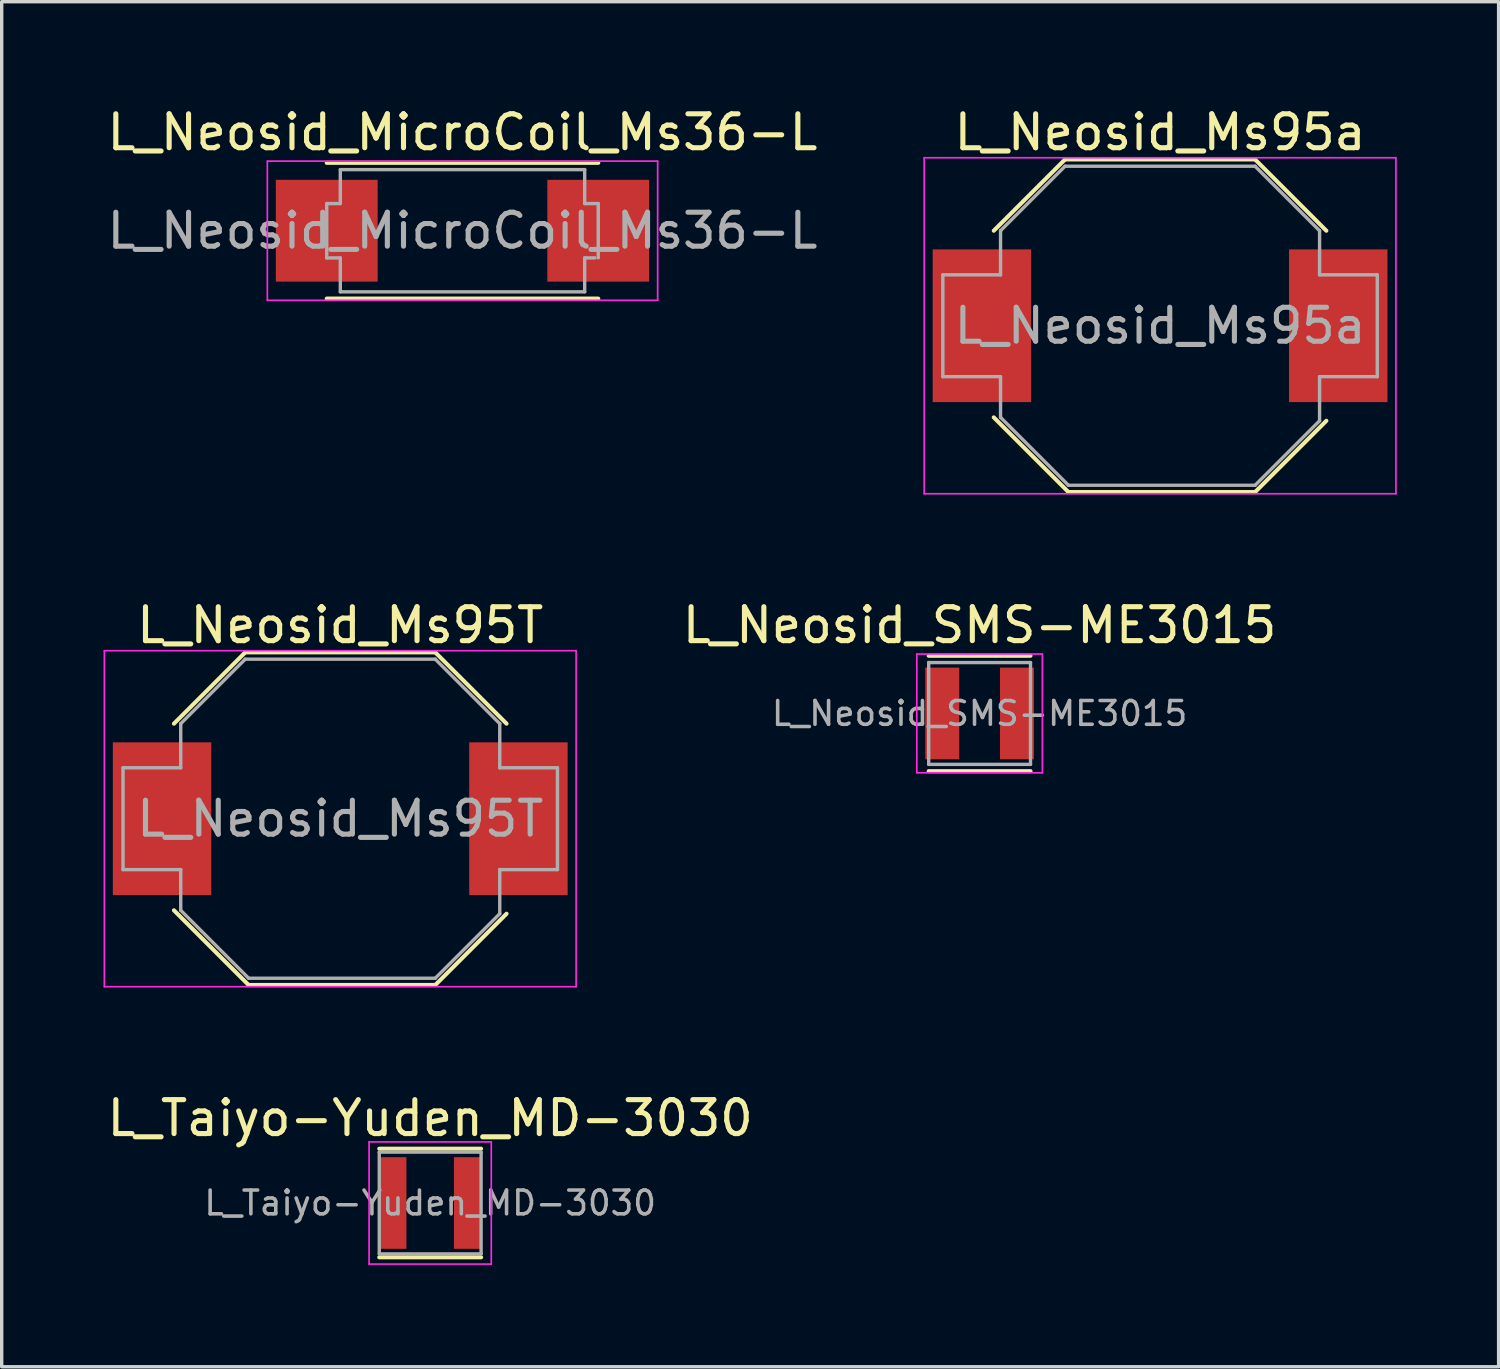
<source format=kicad_pcb>
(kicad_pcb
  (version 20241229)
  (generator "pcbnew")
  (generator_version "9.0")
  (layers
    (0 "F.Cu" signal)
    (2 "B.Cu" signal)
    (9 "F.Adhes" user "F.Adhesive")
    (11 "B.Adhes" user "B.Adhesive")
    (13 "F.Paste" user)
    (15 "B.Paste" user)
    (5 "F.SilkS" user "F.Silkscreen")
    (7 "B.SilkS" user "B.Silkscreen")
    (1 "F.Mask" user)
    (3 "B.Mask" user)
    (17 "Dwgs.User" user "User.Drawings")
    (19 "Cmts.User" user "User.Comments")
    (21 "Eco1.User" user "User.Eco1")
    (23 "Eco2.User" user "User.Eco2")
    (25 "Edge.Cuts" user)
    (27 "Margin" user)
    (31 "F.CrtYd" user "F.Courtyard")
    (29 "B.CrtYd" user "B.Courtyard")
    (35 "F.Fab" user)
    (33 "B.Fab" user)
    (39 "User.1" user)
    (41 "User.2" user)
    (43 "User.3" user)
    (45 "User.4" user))
  (footprint "L_Neosid_Ms95a"
    (layer "F.Cu")
    (at 31.13 6.548)
    (property "Reference" "L_Neosid_Ms95a" (at 0 -5.7 0) (layer "F.SilkS") (effects (font (size 1 1) (thickness 0.15))))
    (attr smd)
    (fp_line (start -4.9 -2.8) (end -2.8 -4.9) (stroke (width 0.12) (type solid)) (layer "F.SilkS"))
    (fp_line (start -2.8 -4.9) (end 2.8 -4.9) (stroke (width 0.12) (type solid)) (layer "F.SilkS"))
    (fp_line (start -2.7 4.9) (end -4.9 2.7) (stroke (width 0.12) (type solid)) (layer "F.SilkS"))
    (fp_line (start -2.7 4.9) (end 2.8 4.9) (stroke (width 0.12) (type solid)) (layer "F.SilkS"))
    (fp_line (start 2.8 -4.9) (end 4.9 -2.8) (stroke (width 0.12) (type solid)) (layer "F.SilkS"))
    (fp_line (start 2.8 4.9) (end 4.9 2.8) (stroke (width 0.12) (type solid)) (layer "F.SilkS"))
    (fp_line (start -6.95 -4.95) (end -6.95 4.95) (stroke (width 0.05) (type solid)) (layer "F.CrtYd"))
    (fp_line (start -6.95 -4.95) (end 6.95 -4.95) (stroke (width 0.05) (type solid)) (layer "F.CrtYd"))
    (fp_line (start 6.95 4.95) (end -6.95 4.95) (stroke (width 0.05) (type solid)) (layer "F.CrtYd"))
    (fp_line (start 6.95 4.95) (end 6.95 -4.95) (stroke (width 0.05) (type solid)) (layer "F.CrtYd"))
    (fp_line (start -6.4 -1.5) (end -6.4 1.5) (stroke (width 0.1) (type solid)) (layer "F.Fab"))
    (fp_line (start -6.4 -1.5) (end -4.7 -1.5) (stroke (width 0.1) (type solid)) (layer "F.Fab"))
    (fp_line (start -6.4 1.5) (end -4.7 1.5) (stroke (width 0.1) (type solid)) (layer "F.Fab"))
    (fp_line (start -4.7 -1.5) (end -4.7 -2.8) (stroke (width 0.1) (type solid)) (layer "F.Fab"))
    (fp_line (start -4.7 1.5) (end -4.7 2.7) (stroke (width 0.1) (type solid)) (layer "F.Fab"))
    (fp_line (start -4.7 2.7) (end -2.7 4.7) (stroke (width 0.1) (type solid)) (layer "F.Fab"))
    (fp_line (start -2.8 -4.7) (end -4.7 -2.8) (stroke (width 0.1) (type solid)) (layer "F.Fab"))
    (fp_line (start 2.8 -4.7) (end -2.8 -4.7) (stroke (width 0.1) (type solid)) (layer "F.Fab"))
    (fp_line (start 2.8 4.7) (end -2.7 4.7) (stroke (width 0.1) (type solid)) (layer "F.Fab"))
    (fp_line (start 4.7 -2.8) (end 2.8 -4.7) (stroke (width 0.1) (type solid)) (layer "F.Fab"))
    (fp_line (start 4.7 -1.5) (end 4.7 -2.8) (stroke (width 0.1) (type solid)) (layer "F.Fab"))
    (fp_line (start 4.7 1.5) (end 6.4 1.5) (stroke (width 0.1) (type solid)) (layer "F.Fab"))
    (fp_line (start 4.7 2.8) (end 2.8 4.7) (stroke (width 0.1) (type solid)) (layer "F.Fab"))
    (fp_line (start 4.7 2.8) (end 4.7 1.5) (stroke (width 0.1) (type solid)) (layer "F.Fab"))
    (fp_line (start 6.4 -1.5) (end 4.7 -1.5) (stroke (width 0.1) (type solid)) (layer "F.Fab"))
    (fp_line (start 6.4 1.5) (end 6.4 -1.5) (stroke (width 0.1) (type solid)) (layer "F.Fab"))
    (fp_text user "${REFERENCE}" (at 0 0 0) (layer "F.Fab") (effects (font (size 1 1) (thickness 0.15))))
    (pad "1" smd rect (at -5.25 0) (size 2.9 4.5) (layers "F.Cu" "F.Mask" "F.Paste"))
    (pad "2" smd rect (at 5.25 0) (size 2.9 4.5) (layers "F.Cu" "F.Mask" "F.Paste")))
  (footprint "L_Neosid_Ms95T"
    (layer "F.Cu")
    (at 6.975 21.072)
    (property "Reference" "L_Neosid_Ms95T" (at 0 -5.7 0) (layer "F.SilkS") (effects (font (size 1 1) (thickness 0.15))))
    (attr smd)
    (fp_line (start -4.9 -2.8) (end -2.8 -4.9) (stroke (width 0.12) (type solid)) (layer "F.SilkS"))
    (fp_line (start -2.8 -4.9) (end 2.8 -4.9) (stroke (width 0.12) (type solid)) (layer "F.SilkS"))
    (fp_line (start -2.7 4.9) (end -4.9 2.7) (stroke (width 0.12) (type solid)) (layer "F.SilkS"))
    (fp_line (start -2.7 4.9) (end 2.8 4.9) (stroke (width 0.12) (type solid)) (layer "F.SilkS"))
    (fp_line (start 2.8 -4.9) (end 4.9 -2.8) (stroke (width 0.12) (type solid)) (layer "F.SilkS"))
    (fp_line (start 2.8 4.9) (end 4.9 2.8) (stroke (width 0.12) (type solid)) (layer "F.SilkS"))
    (fp_line (start -6.95 -4.95) (end -6.95 4.95) (stroke (width 0.05) (type solid)) (layer "F.CrtYd"))
    (fp_line (start -6.95 -4.95) (end 6.95 -4.95) (stroke (width 0.05) (type solid)) (layer "F.CrtYd"))
    (fp_line (start 6.95 4.95) (end -6.95 4.95) (stroke (width 0.05) (type solid)) (layer "F.CrtYd"))
    (fp_line (start 6.95 4.95) (end 6.95 -4.95) (stroke (width 0.05) (type solid)) (layer "F.CrtYd"))
    (fp_line (start -6.4 -1.5) (end -6.4 1.5) (stroke (width 0.1) (type solid)) (layer "F.Fab"))
    (fp_line (start -6.4 -1.5) (end -4.7 -1.5) (stroke (width 0.1) (type solid)) (layer "F.Fab"))
    (fp_line (start -6.4 1.5) (end -4.7 1.5) (stroke (width 0.1) (type solid)) (layer "F.Fab"))
    (fp_line (start -4.7 -1.5) (end -4.7 -2.8) (stroke (width 0.1) (type solid)) (layer "F.Fab"))
    (fp_line (start -4.7 1.5) (end -4.7 2.7) (stroke (width 0.1) (type solid)) (layer "F.Fab"))
    (fp_line (start -4.7 2.7) (end -2.7 4.7) (stroke (width 0.1) (type solid)) (layer "F.Fab"))
    (fp_line (start -2.8 -4.7) (end -4.7 -2.8) (stroke (width 0.1) (type solid)) (layer "F.Fab"))
    (fp_line (start 2.8 -4.7) (end -2.8 -4.7) (stroke (width 0.1) (type solid)) (layer "F.Fab"))
    (fp_line (start 2.8 4.7) (end -2.7 4.7) (stroke (width 0.1) (type solid)) (layer "F.Fab"))
    (fp_line (start 4.7 -2.8) (end 2.8 -4.7) (stroke (width 0.1) (type solid)) (layer "F.Fab"))
    (fp_line (start 4.7 -1.5) (end 4.7 -2.8) (stroke (width 0.1) (type solid)) (layer "F.Fab"))
    (fp_line (start 4.7 1.5) (end 6.4 1.5) (stroke (width 0.1) (type solid)) (layer "F.Fab"))
    (fp_line (start 4.7 2.8) (end 2.8 4.7) (stroke (width 0.1) (type solid)) (layer "F.Fab"))
    (fp_line (start 4.7 2.8) (end 4.7 1.5) (stroke (width 0.1) (type solid)) (layer "F.Fab"))
    (fp_line (start 6.4 -1.5) (end 4.7 -1.5) (stroke (width 0.1) (type solid)) (layer "F.Fab"))
    (fp_line (start 6.4 1.5) (end 6.4 -1.5) (stroke (width 0.1) (type solid)) (layer "F.Fab"))
    (fp_text user "${REFERENCE}" (at 0 0 0) (layer "F.Fab") (effects (font (size 1 1) (thickness 0.15))))
    (pad "1" smd rect (at -5.25 0) (size 2.9 4.5) (layers "F.Cu" "F.Mask" "F.Paste"))
    (pad "2" smd rect (at 5.25 0) (size 2.9 4.5) (layers "F.Cu" "F.Mask" "F.Paste")))
  (footprint "L_Taiyo-Yuden_MD-3030"
    (layer "F.Cu")
    (at 9.625 32.395)
    (property "Reference" "L_Taiyo-Yuden_MD-3030" (at 0 -2.5 0) (layer "F.SilkS") (effects (font (size 1 1) (thickness 0.15))))
    (attr smd)
    (fp_line (start -1.5 -1.6) (end 1.5 -1.6) (stroke (width 0.12) (type solid)) (layer "F.SilkS"))
    (fp_line (start -1.5 1.6) (end 1.5 1.6) (stroke (width 0.12) (type solid)) (layer "F.SilkS"))
    (fp_line (start -1.8 -1.8) (end -1.8 1.8) (stroke (width 0.05) (type solid)) (layer "F.CrtYd"))
    (fp_line (start -1.8 1.8) (end 1.8 1.8) (stroke (width 0.05) (type solid)) (layer "F.CrtYd"))
    (fp_line (start 1.8 -1.8) (end -1.8 -1.8) (stroke (width 0.05) (type solid)) (layer "F.CrtYd"))
    (fp_line (start 1.8 1.8) (end 1.8 -1.8) (stroke (width 0.05) (type solid)) (layer "F.CrtYd"))
    (fp_line (start -1.5 -1.5) (end -1.5 1.5) (stroke (width 0.1) (type solid)) (layer "F.Fab"))
    (fp_line (start -1.5 1.5) (end 1.5 1.5) (stroke (width 0.1) (type solid)) (layer "F.Fab"))
    (fp_line (start 1.5 -1.5) (end -1.5 -1.5) (stroke (width 0.1) (type solid)) (layer "F.Fab"))
    (fp_line (start 1.5 1.5) (end 1.5 -1.5) (stroke (width 0.1) (type solid)) (layer "F.Fab"))
    (fp_text user "${REFERENCE}" (at 0 0 0) (layer "F.Fab") (effects (font (size 0.7 0.7) (thickness 0.105))))
    (pad "1" smd rect (at -1.1 0) (size 0.8 2.7) (layers "F.Cu" "F.Mask" "F.Paste"))
    (pad "2" smd rect (at 1.1 0) (size 0.8 2.7) (layers "F.Cu" "F.Mask" "F.Paste")))
  (footprint "L_Neosid_SMS-ME3015"
    (layer "F.Cu")
    (at 25.813 17.971)
    (property "Reference" "L_Neosid_SMS-ME3015" (at 0 -2.6 0) (layer "F.SilkS") (effects (font (size 1 1) (thickness 0.15))))
    (attr smd)
    (fp_line (start 1.5 -1.7) (end -1.5 -1.7) (stroke (width 0.12) (type solid)) (layer "F.SilkS"))
    (fp_line (start 1.5 1.7) (end -1.5 1.7) (stroke (width 0.12) (type solid)) (layer "F.SilkS"))
    (fp_line (start -1.85 -1.75) (end -1.85 1.75) (stroke (width 0.05) (type solid)) (layer "F.CrtYd"))
    (fp_line (start -1.85 -1.75) (end 1.85 -1.75) (stroke (width 0.05) (type solid)) (layer "F.CrtYd"))
    (fp_line (start 1.85 1.75) (end -1.85 1.75) (stroke (width 0.05) (type solid)) (layer "F.CrtYd"))
    (fp_line (start 1.85 1.75) (end 1.85 -1.75) (stroke (width 0.05) (type solid)) (layer "F.CrtYd"))
    (fp_line (start -1.5 -1.5) (end -1.5 1.5) (stroke (width 0.1) (type solid)) (layer "F.Fab"))
    (fp_line (start -1.5 1.5) (end 1.5 1.5) (stroke (width 0.1) (type solid)) (layer "F.Fab"))
    (fp_line (start 1.5 -1.5) (end -1.5 -1.5) (stroke (width 0.1) (type solid)) (layer "F.Fab"))
    (fp_line (start 1.5 1.5) (end 1.5 -1.5) (stroke (width 0.1) (type solid)) (layer "F.Fab"))
    (fp_text user "${REFERENCE}" (at 0 0 0) (layer "F.Fab") (effects (font (size 0.7 0.7) (thickness 0.105))))
    (pad "1" smd rect (at -1.1 0) (size 1 2.7) (layers "F.Cu" "F.Mask" "F.Paste"))
    (pad "2" smd rect (at 1.1 0) (size 1 2.7) (layers "F.Cu" "F.Mask" "F.Paste")))
  (footprint "L_Neosid_MicroCoil_Ms36-L"
    (layer "F.Cu")
    (at 10.577 3.748)
    (property "Reference" "L_Neosid_MicroCoil_Ms36-L" (at 0 -2.9 0) (layer "F.SilkS") (effects (font (size 1 1) (thickness 0.15))))
    (attr smd)
    (fp_line (start 4 -2) (end -4 -2) (stroke (width 0.12) (type solid)) (layer "F.SilkS"))
    (fp_line (start 4 2) (end -4 2) (stroke (width 0.12) (type solid)) (layer "F.SilkS"))
    (fp_line (start -5.75 -2.05) (end -5.75 2.05) (stroke (width 0.05) (type solid)) (layer "F.CrtYd"))
    (fp_line (start -5.75 -2.05) (end 5.75 -2.05) (stroke (width 0.05) (type solid)) (layer "F.CrtYd"))
    (fp_line (start 5.75 2.05) (end -5.75 2.05) (stroke (width 0.05) (type solid)) (layer "F.CrtYd"))
    (fp_line (start 5.75 2.05) (end 5.75 -2.05) (stroke (width 0.05) (type solid)) (layer "F.CrtYd"))
    (fp_line (start -4 -0.8) (end -3.6 -0.8) (stroke (width 0.1) (type solid)) (layer "F.Fab"))
    (fp_line (start -4 0.8) (end -4 -0.8) (stroke (width 0.1) (type solid)) (layer "F.Fab"))
    (fp_line (start -4 0.8) (end -3.6 0.8) (stroke (width 0.1) (type solid)) (layer "F.Fab"))
    (fp_line (start -3.6 -1.8) (end 3.6 -1.8) (stroke (width 0.1) (type solid)) (layer "F.Fab"))
    (fp_line (start -3.6 -0.8) (end -3.6 -1.8) (stroke (width 0.1) (type solid)) (layer "F.Fab"))
    (fp_line (start -3.6 1.8) (end -3.6 0.8) (stroke (width 0.1) (type solid)) (layer "F.Fab"))
    (fp_line (start 3.6 -0.8) (end 3.6 -1.8) (stroke (width 0.1) (type solid)) (layer "F.Fab"))
    (fp_line (start 3.6 0.8) (end 3.9 0.8) (stroke (width 0.1) (type solid)) (layer "F.Fab"))
    (fp_line (start 3.6 1.8) (end -3.6 1.8) (stroke (width 0.1) (type solid)) (layer "F.Fab"))
    (fp_line (start 3.6 1.8) (end 3.6 0.8) (stroke (width 0.1) (type solid)) (layer "F.Fab"))
    (fp_line (start 4 -0.8) (end 3.6 -0.8) (stroke (width 0.1) (type solid)) (layer "F.Fab"))
    (fp_line (start 4 -0.8) (end 4 0.8) (stroke (width 0.1) (type solid)) (layer "F.Fab"))
    (fp_text user "${REFERENCE}" (at 0 0 0) (layer "F.Fab") (effects (font (size 1 1) (thickness 0.15))))
    (pad "1" smd rect (at -4 0) (size 3 3) (layers "F.Cu" "F.Mask" "F.Paste"))
    (pad "2" smd rect (at 4 0) (size 3 3) (layers "F.Cu" "F.Mask" "F.Paste")))
  (gr_rect
    (start -3 -3)
    (end 41.105 37.22)
    (stroke (width 0.1) (type default))
    (fill no)
    (layer "Edge.Cuts")))
</source>
